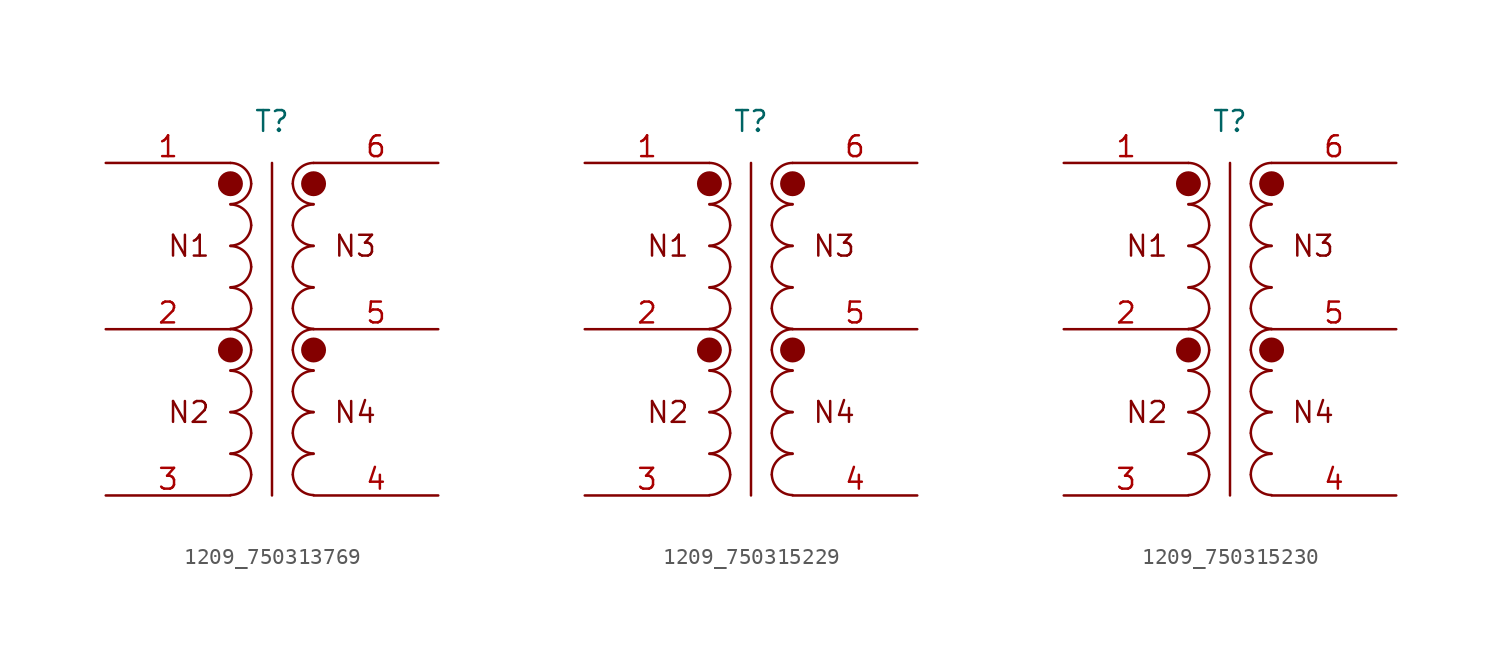
<source format=kicad_sym>
(kicad_symbol_lib
  (version 20220914)
  (generator kicad_symbol_editor)
  (symbol "1209_750313769"
    (pin_names hide)
    (property "Reference" "T"
      (at 0 12.7 0)
      (effects (font (size 1.27 1.27))))
    (property "Critical Parameter" ""
      (at 0 -5.08 0)
      (effects (font (size 1.27 1.27)) (justify left)))
    (symbol "1209_750313769_0_1"
      (arc (start -2.54 -10.1346) (mid -1.6561 -9.7663) (end -1.27 -8.89) (stroke (width 0) (type default)) (fill (type none)))
      (arc (start -2.54 -7.5946) (mid -1.6561 -7.2263) (end -1.27 -6.35) (stroke (width 0) (type default)) (fill (type none)))
      (arc (start -2.54 -5.0546) (mid -1.6561 -4.6863) (end -1.27 -3.81) (stroke (width 0) (type default)) (fill (type none)))
      (arc (start -2.54 -2.5146) (mid -1.6561 -2.1463) (end -1.27 -1.27) (stroke (width 0) (type default)) (fill (type none)))
      (arc (start -2.54 0.0254) (mid -1.6561 0.3937) (end -1.27 1.27) (stroke (width 0) (type default)) (fill (type none)))
      (arc (start -2.54 2.5654) (mid -1.6561 2.9337) (end -1.27 3.81) (stroke (width 0) (type default)) (fill (type none)))
      (arc (start -2.54 5.1054) (mid -1.6561 5.4737) (end -1.27 6.35) (stroke (width 0) (type default)) (fill (type none)))
      (arc (start -2.54 7.6454) (mid -1.6561 8.0137) (end -1.27 8.89) (stroke (width 0) (type default)) (fill (type none)))
      (arc (start -1.27 -8.89) (mid -1.642 -7.992) (end -2.54 -7.62) (stroke (width 0) (type default)) (fill (type none)))
      (arc (start -1.27 -6.35) (mid -1.642 -5.452) (end -2.54 -5.08) (stroke (width 0) (type default)) (fill (type none)))
      (arc (start -1.27 -3.81) (mid -1.642 -2.912) (end -2.54 -2.54) (stroke (width 0) (type default)) (fill (type none)))
      (arc (start -1.27 -1.27) (mid -1.642 -0.372) (end -2.54 0) (stroke (width 0) (type default)) (fill (type none)))
      (arc (start -1.27 1.27) (mid -1.642 2.168) (end -2.54 2.54) (stroke (width 0) (type default)) (fill (type none)))
      (arc (start -1.27 3.81) (mid -1.642 4.708) (end -2.54 5.08) (stroke (width 0) (type default)) (fill (type none)))
      (arc (start -1.27 6.35) (mid -1.642 7.248) (end -2.54 7.62) (stroke (width 0) (type default)) (fill (type none)))
      (arc (start -1.27 8.89) (mid -1.642 9.788) (end -2.54 10.16) (stroke (width 0) (type default)) (fill (type none)))
      (polyline (pts (xy 0 -10.16) (xy 0 10.16)) (stroke (width 0) (type default)) (fill (type none)))
      (arc (start 1.27 -8.89) (mid 1.6561 -9.7663) (end 2.54 -10.1346) (stroke (width 0) (type default)) (fill (type none)))
      (arc (start 1.27 -6.35) (mid 1.6561 -7.2263) (end 2.54 -7.5946) (stroke (width 0) (type default)) (fill (type none)))
      (arc (start 1.27 -3.81) (mid 1.6561 -4.6863) (end 2.54 -5.0546) (stroke (width 0) (type default)) (fill (type none)))
      (arc (start 1.27 -1.27) (mid 1.6561 -2.1463) (end 2.54 -2.5146) (stroke (width 0) (type default)) (fill (type none)))
      (arc (start 1.27 1.27) (mid 1.6561 0.3937) (end 2.54 0.0254) (stroke (width 0) (type default)) (fill (type none)))
      (arc (start 1.27 3.81) (mid 1.6561 2.9337) (end 2.54 2.5654) (stroke (width 0) (type default)) (fill (type none)))
      (arc (start 1.27 6.35) (mid 1.6561 5.4737) (end 2.54 5.1054) (stroke (width 0) (type default)) (fill (type none)))
      (arc (start 1.27 8.89) (mid 1.6561 8.0137) (end 2.54 7.6454) (stroke (width 0) (type default)) (fill (type none)))
      (arc (start 2.54 -7.62) (mid 1.642 -7.992) (end 1.27 -8.89) (stroke (width 0) (type default)) (fill (type none)))
      (arc (start 2.54 -5.08) (mid 1.642 -5.452) (end 1.27 -6.35) (stroke (width 0) (type default)) (fill (type none)))
      (arc (start 2.54 -2.54) (mid 1.642 -2.912) (end 1.27 -3.81) (stroke (width 0) (type default)) (fill (type none)))
      (arc (start 2.54 0) (mid 1.642 -0.372) (end 1.27 -1.27) (stroke (width 0) (type default)) (fill (type none)))
      (arc (start 2.54 2.54) (mid 1.642 2.168) (end 1.27 1.27) (stroke (width 0) (type default)) (fill (type none)))
      (arc (start 2.54 5.08) (mid 1.642 4.708) (end 1.27 3.81) (stroke (width 0) (type default)) (fill (type none)))
      (arc (start 2.54 7.62) (mid 1.642 7.248) (end 1.27 6.35) (stroke (width 0) (type default)) (fill (type none)))
      (arc (start 2.54 10.16) (mid 1.642 9.788) (end 1.27 8.89) (stroke (width 0) (type default)) (fill (type none))))
    (symbol "1209_750313769_1_1"
      (circle (center -2.54 -1.27) (radius 0.0001) (stroke (width 0.762) (type default)) (fill (type none)))
      (circle (center -2.54 8.89) (radius 0.0001) (stroke (width 0.762) (type default)) (fill (type none)))
      (circle (center 2.54 -1.27) (radius 0.0001) (stroke (width 0.762) (type default)) (fill (type none)))
      (circle (center 2.54 8.89) (radius 0.0001) (stroke (width 0.762) (type default)) (fill (type none)))
      (text "N1" (at -5.08 5.08 0) (effects (font (size 1.27 1.27))))
      (text "N2" (at -5.08 -5.08 0) (effects (font (size 1.27 1.27))))
      (text "N3" (at 5.08 5.08 0) (effects (font (size 1.27 1.27))))
      (text "N4" (at 5.08 -5.08 0) (effects (font (size 1.27 1.27))))
      (pin passive line (at -10.16 10.16 0) (length 7.62) (name "1" (effects (font (size 1.27 1.27)))) (number "1" (effects (font (size 1.27 1.27)))))
      (pin passive line (at -10.16 0 0) (length 7.62) (name "2" (effects (font (size 1.27 1.27)))) (number "2" (effects (font (size 1.27 1.27)))))
      (pin passive line (at -10.16 -10.16 0) (length 7.62) (name "3" (effects (font (size 1.27 1.27)))) (number "3" (effects (font (size 1.27 1.27)))))
      (pin passive line (at 10.16 -10.16 180) (length 7.62) (name "4" (effects (font (size 1.27 1.27)))) (number "4" (effects (font (size 1.27 1.27)))))
      (pin passive line (at 10.16 0 180) (length 7.62) (name "5" (effects (font (size 1.27 1.27)))) (number "5" (effects (font (size 1.27 1.27)))))
      (pin passive line (at 10.16 10.16 180) (length 7.62) (name "6" (effects (font (size 1.27 1.27)))) (number "6" (effects (font (size 1.27 1.27)))))))
  (symbol "1209_750315229"
    (pin_names hide)
    (property "Reference" "T"
      (at 0 12.7 0)
      (effects (font (size 1.27 1.27))))
    (property "Critical Parameter" ""
      (at 0 -5.08 0)
      (effects (font (size 1.27 1.27)) (justify left)))
    (symbol "1209_750315229_0_1"
      (arc (start -2.54 -10.1346) (mid -1.6561 -9.7663) (end -1.27 -8.89) (stroke (width 0) (type default)) (fill (type none)))
      (arc (start -2.54 -7.5946) (mid -1.6561 -7.2263) (end -1.27 -6.35) (stroke (width 0) (type default)) (fill (type none)))
      (arc (start -2.54 -5.0546) (mid -1.6561 -4.6863) (end -1.27 -3.81) (stroke (width 0) (type default)) (fill (type none)))
      (arc (start -2.54 -2.5146) (mid -1.6561 -2.1463) (end -1.27 -1.27) (stroke (width 0) (type default)) (fill (type none)))
      (arc (start -2.54 0.0254) (mid -1.6561 0.3937) (end -1.27 1.27) (stroke (width 0) (type default)) (fill (type none)))
      (arc (start -2.54 2.5654) (mid -1.6561 2.9337) (end -1.27 3.81) (stroke (width 0) (type default)) (fill (type none)))
      (arc (start -2.54 5.1054) (mid -1.6561 5.4737) (end -1.27 6.35) (stroke (width 0) (type default)) (fill (type none)))
      (arc (start -2.54 7.6454) (mid -1.6561 8.0137) (end -1.27 8.89) (stroke (width 0) (type default)) (fill (type none)))
      (arc (start -1.27 -8.89) (mid -1.642 -7.992) (end -2.54 -7.62) (stroke (width 0) (type default)) (fill (type none)))
      (arc (start -1.27 -6.35) (mid -1.642 -5.452) (end -2.54 -5.08) (stroke (width 0) (type default)) (fill (type none)))
      (arc (start -1.27 -3.81) (mid -1.642 -2.912) (end -2.54 -2.54) (stroke (width 0) (type default)) (fill (type none)))
      (arc (start -1.27 -1.27) (mid -1.642 -0.372) (end -2.54 0) (stroke (width 0) (type default)) (fill (type none)))
      (arc (start -1.27 1.27) (mid -1.642 2.168) (end -2.54 2.54) (stroke (width 0) (type default)) (fill (type none)))
      (arc (start -1.27 3.81) (mid -1.642 4.708) (end -2.54 5.08) (stroke (width 0) (type default)) (fill (type none)))
      (arc (start -1.27 6.35) (mid -1.642 7.248) (end -2.54 7.62) (stroke (width 0) (type default)) (fill (type none)))
      (arc (start -1.27 8.89) (mid -1.642 9.788) (end -2.54 10.16) (stroke (width 0) (type default)) (fill (type none)))
      (polyline (pts (xy 0 -10.16) (xy 0 10.16)) (stroke (width 0) (type default)) (fill (type none)))
      (arc (start 1.27 -8.89) (mid 1.6561 -9.7663) (end 2.54 -10.1346) (stroke (width 0) (type default)) (fill (type none)))
      (arc (start 1.27 -6.35) (mid 1.6561 -7.2263) (end 2.54 -7.5946) (stroke (width 0) (type default)) (fill (type none)))
      (arc (start 1.27 -3.81) (mid 1.6561 -4.6863) (end 2.54 -5.0546) (stroke (width 0) (type default)) (fill (type none)))
      (arc (start 1.27 -1.27) (mid 1.6561 -2.1463) (end 2.54 -2.5146) (stroke (width 0) (type default)) (fill (type none)))
      (arc (start 1.27 1.27) (mid 1.6561 0.3937) (end 2.54 0.0254) (stroke (width 0) (type default)) (fill (type none)))
      (arc (start 1.27 3.81) (mid 1.6561 2.9337) (end 2.54 2.5654) (stroke (width 0) (type default)) (fill (type none)))
      (arc (start 1.27 6.35) (mid 1.6561 5.4737) (end 2.54 5.1054) (stroke (width 0) (type default)) (fill (type none)))
      (arc (start 1.27 8.89) (mid 1.6561 8.0137) (end 2.54 7.6454) (stroke (width 0) (type default)) (fill (type none)))
      (arc (start 2.54 -7.62) (mid 1.642 -7.992) (end 1.27 -8.89) (stroke (width 0) (type default)) (fill (type none)))
      (arc (start 2.54 -5.08) (mid 1.642 -5.452) (end 1.27 -6.35) (stroke (width 0) (type default)) (fill (type none)))
      (arc (start 2.54 -2.54) (mid 1.642 -2.912) (end 1.27 -3.81) (stroke (width 0) (type default)) (fill (type none)))
      (arc (start 2.54 0) (mid 1.642 -0.372) (end 1.27 -1.27) (stroke (width 0) (type default)) (fill (type none)))
      (arc (start 2.54 2.54) (mid 1.642 2.168) (end 1.27 1.27) (stroke (width 0) (type default)) (fill (type none)))
      (arc (start 2.54 5.08) (mid 1.642 4.708) (end 1.27 3.81) (stroke (width 0) (type default)) (fill (type none)))
      (arc (start 2.54 7.62) (mid 1.642 7.248) (end 1.27 6.35) (stroke (width 0) (type default)) (fill (type none)))
      (arc (start 2.54 10.16) (mid 1.642 9.788) (end 1.27 8.89) (stroke (width 0) (type default)) (fill (type none))))
    (symbol "1209_750315229_1_1"
      (circle (center -2.54 -1.27) (radius 0.0001) (stroke (width 0.762) (type default)) (fill (type none)))
      (circle (center -2.54 8.89) (radius 0.0001) (stroke (width 0.762) (type default)) (fill (type none)))
      (circle (center 2.54 -1.27) (radius 0.0001) (stroke (width 0.762) (type default)) (fill (type none)))
      (circle (center 2.54 8.89) (radius 0.0001) (stroke (width 0.762) (type default)) (fill (type none)))
      (text "N1" (at -5.08 5.08 0) (effects (font (size 1.27 1.27))))
      (text "N2" (at -5.08 -5.08 0) (effects (font (size 1.27 1.27))))
      (text "N3" (at 5.08 5.08 0) (effects (font (size 1.27 1.27))))
      (text "N4" (at 5.08 -5.08 0) (effects (font (size 1.27 1.27))))
      (pin passive line (at -10.16 10.16 0) (length 7.62) (name "1" (effects (font (size 1.27 1.27)))) (number "1" (effects (font (size 1.27 1.27)))))
      (pin passive line (at -10.16 0 0) (length 7.62) (name "2" (effects (font (size 1.27 1.27)))) (number "2" (effects (font (size 1.27 1.27)))))
      (pin passive line (at -10.16 -10.16 0) (length 7.62) (name "3" (effects (font (size 1.27 1.27)))) (number "3" (effects (font (size 1.27 1.27)))))
      (pin passive line (at 10.16 -10.16 180) (length 7.62) (name "4" (effects (font (size 1.27 1.27)))) (number "4" (effects (font (size 1.27 1.27)))))
      (pin passive line (at 10.16 0 180) (length 7.62) (name "5" (effects (font (size 1.27 1.27)))) (number "5" (effects (font (size 1.27 1.27)))))
      (pin passive line (at 10.16 10.16 180) (length 7.62) (name "6" (effects (font (size 1.27 1.27)))) (number "6" (effects (font (size 1.27 1.27)))))))
  (symbol "1209_750315230"
    (pin_names hide)
    (property "Reference" "T"
      (at 0 12.7 0)
      (effects (font (size 1.27 1.27))))
    (property "Critical Parameter" ""
      (at 0 -5.08 0)
      (effects (font (size 1.27 1.27)) (justify left)))
    (symbol "1209_750315230_0_1"
      (arc (start -2.54 -10.1346) (mid -1.6561 -9.7663) (end -1.27 -8.89) (stroke (width 0) (type default)) (fill (type none)))
      (arc (start -2.54 -7.5946) (mid -1.6561 -7.2263) (end -1.27 -6.35) (stroke (width 0) (type default)) (fill (type none)))
      (arc (start -2.54 -5.0546) (mid -1.6561 -4.6863) (end -1.27 -3.81) (stroke (width 0) (type default)) (fill (type none)))
      (arc (start -2.54 -2.5146) (mid -1.6561 -2.1463) (end -1.27 -1.27) (stroke (width 0) (type default)) (fill (type none)))
      (arc (start -2.54 0.0254) (mid -1.6561 0.3937) (end -1.27 1.27) (stroke (width 0) (type default)) (fill (type none)))
      (arc (start -2.54 2.5654) (mid -1.6561 2.9337) (end -1.27 3.81) (stroke (width 0) (type default)) (fill (type none)))
      (arc (start -2.54 5.1054) (mid -1.6561 5.4737) (end -1.27 6.35) (stroke (width 0) (type default)) (fill (type none)))
      (arc (start -2.54 7.6454) (mid -1.6561 8.0137) (end -1.27 8.89) (stroke (width 0) (type default)) (fill (type none)))
      (arc (start -1.27 -8.89) (mid -1.642 -7.992) (end -2.54 -7.62) (stroke (width 0) (type default)) (fill (type none)))
      (arc (start -1.27 -6.35) (mid -1.642 -5.452) (end -2.54 -5.08) (stroke (width 0) (type default)) (fill (type none)))
      (arc (start -1.27 -3.81) (mid -1.642 -2.912) (end -2.54 -2.54) (stroke (width 0) (type default)) (fill (type none)))
      (arc (start -1.27 -1.27) (mid -1.642 -0.372) (end -2.54 0) (stroke (width 0) (type default)) (fill (type none)))
      (arc (start -1.27 1.27) (mid -1.642 2.168) (end -2.54 2.54) (stroke (width 0) (type default)) (fill (type none)))
      (arc (start -1.27 3.81) (mid -1.642 4.708) (end -2.54 5.08) (stroke (width 0) (type default)) (fill (type none)))
      (arc (start -1.27 6.35) (mid -1.642 7.248) (end -2.54 7.62) (stroke (width 0) (type default)) (fill (type none)))
      (arc (start -1.27 8.89) (mid -1.642 9.788) (end -2.54 10.16) (stroke (width 0) (type default)) (fill (type none)))
      (polyline (pts (xy 0 -10.16) (xy 0 10.16)) (stroke (width 0) (type default)) (fill (type none)))
      (arc (start 1.27 -8.89) (mid 1.6561 -9.7663) (end 2.54 -10.1346) (stroke (width 0) (type default)) (fill (type none)))
      (arc (start 1.27 -6.35) (mid 1.6561 -7.2263) (end 2.54 -7.5946) (stroke (width 0) (type default)) (fill (type none)))
      (arc (start 1.27 -3.81) (mid 1.6561 -4.6863) (end 2.54 -5.0546) (stroke (width 0) (type default)) (fill (type none)))
      (arc (start 1.27 -1.27) (mid 1.6561 -2.1463) (end 2.54 -2.5146) (stroke (width 0) (type default)) (fill (type none)))
      (arc (start 1.27 1.27) (mid 1.6561 0.3937) (end 2.54 0.0254) (stroke (width 0) (type default)) (fill (type none)))
      (arc (start 1.27 3.81) (mid 1.6561 2.9337) (end 2.54 2.5654) (stroke (width 0) (type default)) (fill (type none)))
      (arc (start 1.27 6.35) (mid 1.6561 5.4737) (end 2.54 5.1054) (stroke (width 0) (type default)) (fill (type none)))
      (arc (start 1.27 8.89) (mid 1.6561 8.0137) (end 2.54 7.6454) (stroke (width 0) (type default)) (fill (type none)))
      (arc (start 2.54 -7.62) (mid 1.642 -7.992) (end 1.27 -8.89) (stroke (width 0) (type default)) (fill (type none)))
      (arc (start 2.54 -5.08) (mid 1.642 -5.452) (end 1.27 -6.35) (stroke (width 0) (type default)) (fill (type none)))
      (arc (start 2.54 -2.54) (mid 1.642 -2.912) (end 1.27 -3.81) (stroke (width 0) (type default)) (fill (type none)))
      (arc (start 2.54 0) (mid 1.642 -0.372) (end 1.27 -1.27) (stroke (width 0) (type default)) (fill (type none)))
      (arc (start 2.54 2.54) (mid 1.642 2.168) (end 1.27 1.27) (stroke (width 0) (type default)) (fill (type none)))
      (arc (start 2.54 5.08) (mid 1.642 4.708) (end 1.27 3.81) (stroke (width 0) (type default)) (fill (type none)))
      (arc (start 2.54 7.62) (mid 1.642 7.248) (end 1.27 6.35) (stroke (width 0) (type default)) (fill (type none)))
      (arc (start 2.54 10.16) (mid 1.642 9.788) (end 1.27 8.89) (stroke (width 0) (type default)) (fill (type none))))
    (symbol "1209_750315230_1_1"
      (circle (center -2.54 -1.27) (radius 0.0001) (stroke (width 0.762) (type default)) (fill (type none)))
      (circle (center -2.54 8.89) (radius 0.0001) (stroke (width 0.762) (type default)) (fill (type none)))
      (circle (center 2.54 -1.27) (radius 0.0001) (stroke (width 0.762) (type default)) (fill (type none)))
      (circle (center 2.54 8.89) (radius 0.0001) (stroke (width 0.762) (type default)) (fill (type none)))
      (text "N1" (at -5.08 5.08 0) (effects (font (size 1.27 1.27))))
      (text "N2" (at -5.08 -5.08 0) (effects (font (size 1.27 1.27))))
      (text "N3" (at 5.08 5.08 0) (effects (font (size 1.27 1.27))))
      (text "N4" (at 5.08 -5.08 0) (effects (font (size 1.27 1.27))))
      (pin passive line (at -10.16 10.16 0) (length 7.62) (name "1" (effects (font (size 1.27 1.27)))) (number "1" (effects (font (size 1.27 1.27)))))
      (pin passive line (at -10.16 0 0) (length 7.62) (name "2" (effects (font (size 1.27 1.27)))) (number "2" (effects (font (size 1.27 1.27)))))
      (pin passive line (at -10.16 -10.16 0) (length 7.62) (name "3" (effects (font (size 1.27 1.27)))) (number "3" (effects (font (size 1.27 1.27)))))
      (pin passive line (at 10.16 -10.16 180) (length 7.62) (name "4" (effects (font (size 1.27 1.27)))) (number "4" (effects (font (size 1.27 1.27)))))
      (pin passive line (at 10.16 0 180) (length 7.62) (name "5" (effects (font (size 1.27 1.27)))) (number "5" (effects (font (size 1.27 1.27)))))
      (pin passive line (at 10.16 10.16 180) (length 7.62) (name "6" (effects (font (size 1.27 1.27)))) (number "6" (effects (font (size 1.27 1.27))))))))
</source>
